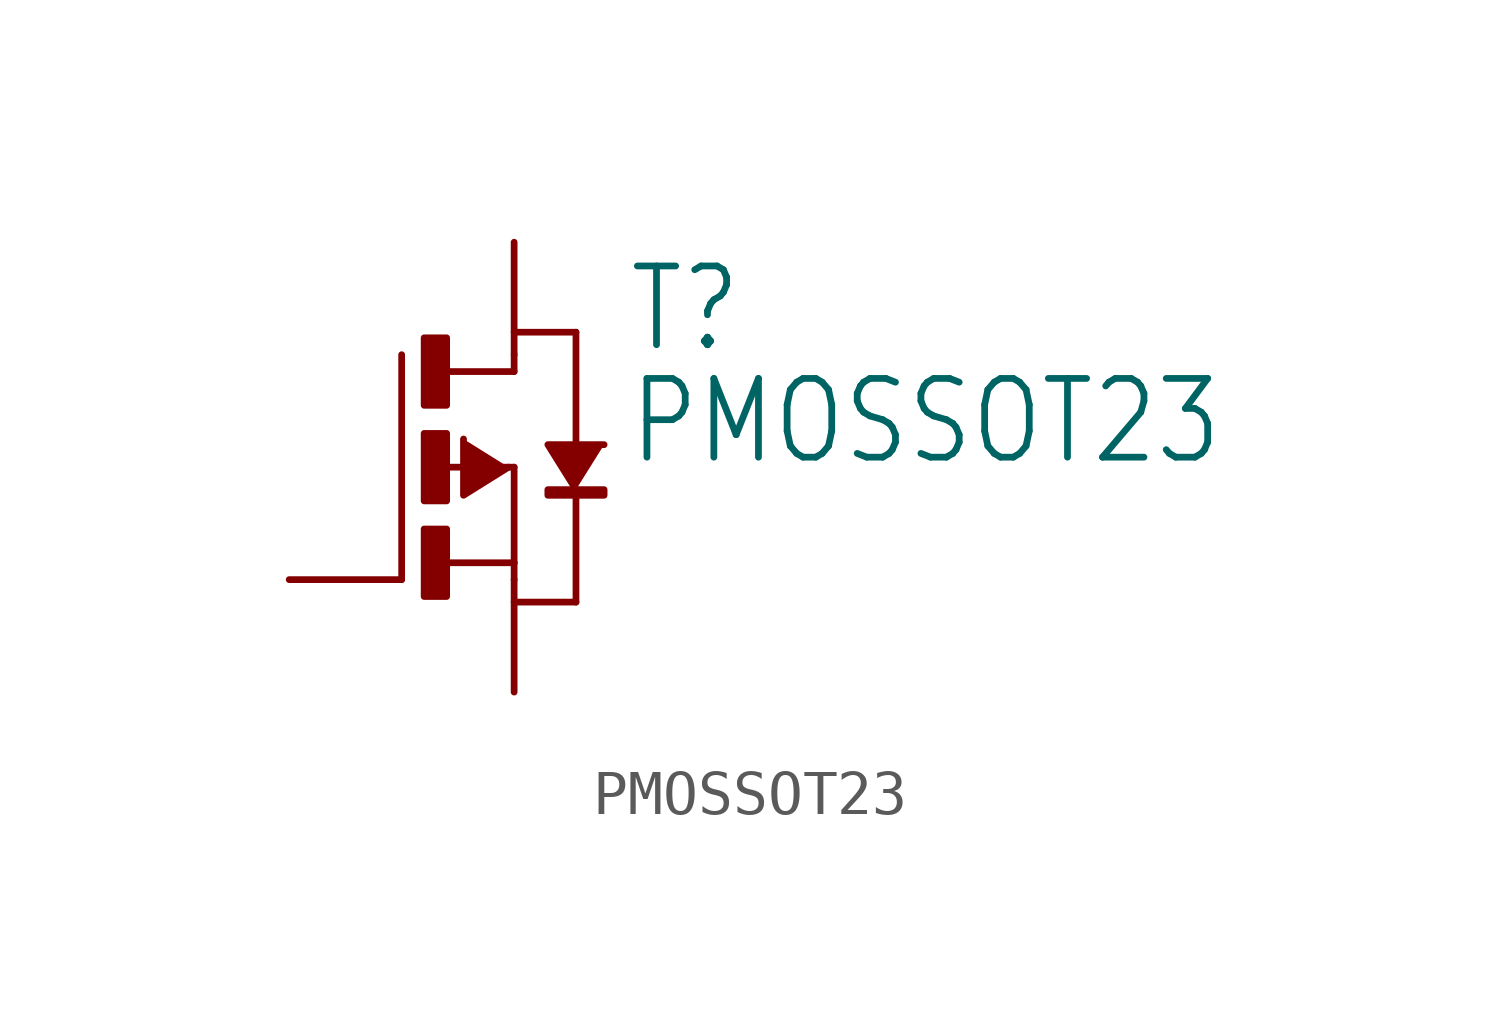
<source format=kicad_sym>
(kicad_symbol_lib
  (version 20211014)
  (generator kicad_symbol_editor)
  (symbol "PMOSSOT23"
    (property "Reference" "T"
      (at 2.54 2.54 0)
      (effects (font (size 1.778 1.511)) (justify left bottom)))
    (property "Value" "PMOSSOT23"
      (at 2.54 0 0)
      (effects (font (size 1.778 1.511)) (justify left bottom)))
    (property "ki_locked" ""
      (at 0 0 0)
      (effects (font (size 1.27 1.27))))
    (symbol "PMOSSOT23_1_0"
      (rectangle (start -2.032 -2.921) (end -1.524 -1.397) (stroke (width 0) (type default) (color 0 0 0 0)) (fill (type outline)))
      (rectangle (start -2.032 -0.762) (end -1.524 0.762) (stroke (width 0) (type default) (color 0 0 0 0)) (fill (type outline)))
      (rectangle (start -2.032 1.397) (end -1.524 2.921) (stroke (width 0) (type default) (color 0 0 0 0)) (fill (type outline)))
      (polyline (pts (xy -2.54 -2.54) (xy -2.54 2.54)) (stroke (width 0.152) (type default) (color 0 0 0 0)) (fill (type none)))
      (polyline (pts (xy -1.651 0) (xy 0 0)) (stroke (width 0.152) (type default) (color 0 0 0 0)) (fill (type none)))
      (polyline (pts (xy -1.524 -2.159) (xy 0 -2.159)) (stroke (width 0.152) (type default) (color 0 0 0 0)) (fill (type none)))
      (polyline (pts (xy -1.524 2.159) (xy 0 2.159)) (stroke (width 0.152) (type default) (color 0 0 0 0)) (fill (type none)))
      (polyline (pts (xy 0 -2.159) (xy 0 -2.54)) (stroke (width 0.152) (type default) (color 0 0 0 0)) (fill (type none)))
      (polyline (pts (xy 0 0) (xy 0 -2.159)) (stroke (width 0.152) (type default) (color 0 0 0 0)) (fill (type none)))
      (polyline (pts (xy 0 2.159) (xy 0 2.54)) (stroke (width 0.152) (type default) (color 0 0 0 0)) (fill (type none)))
      (polyline (pts (xy 0 3.048) (xy 1.397 3.048)) (stroke (width 0.152) (type default) (color 0 0 0 0)) (fill (type none)))
      (polyline (pts (xy 1.397 -3.048) (xy 0 -3.048)) (stroke (width 0.152) (type default) (color 0 0 0 0)) (fill (type none)))
      (polyline (pts (xy 1.397 -0.508) (xy 1.397 -3.048)) (stroke (width 0.152) (type default) (color 0 0 0 0)) (fill (type none)))
      (polyline (pts (xy 1.397 3.048) (xy 1.397 0.381)) (stroke (width 0.152) (type default) (color 0 0 0 0)) (fill (type none)))
      (polyline (pts (xy -0.127 0) (xy -1.143 -0.635) (xy -1.143 0.635)) (stroke (width 0) (type default) (color 0 0 0 0)) (fill (type outline)))
      (polyline (pts (xy 1.397 -0.508) (xy 0.762 0.508) (xy 2.032 0.508)) (stroke (width 0) (type default) (color 0 0 0 0)) (fill (type outline)))
      (rectangle (start 0.762 -0.635) (end 2.032 -0.508) (stroke (width 0) (type default) (color 0 0 0 0)) (fill (type outline)))
      (pin passive line (at 0 5.08 270) (length 2.54) (name "D" (effects (font (size 0 0)))) (number "1" (effects (font (size 0 0)))))
      (pin passive line (at 0 -5.08 90) (length 2.54) (name "S" (effects (font (size 0 0)))) (number "2" (effects (font (size 0 0)))))
      (pin passive line (at -5.08 -2.54 0) (length 2.54) (name "G" (effects (font (size 0 0)))) (number "3" (effects (font (size 0 0))))))))
</source>
